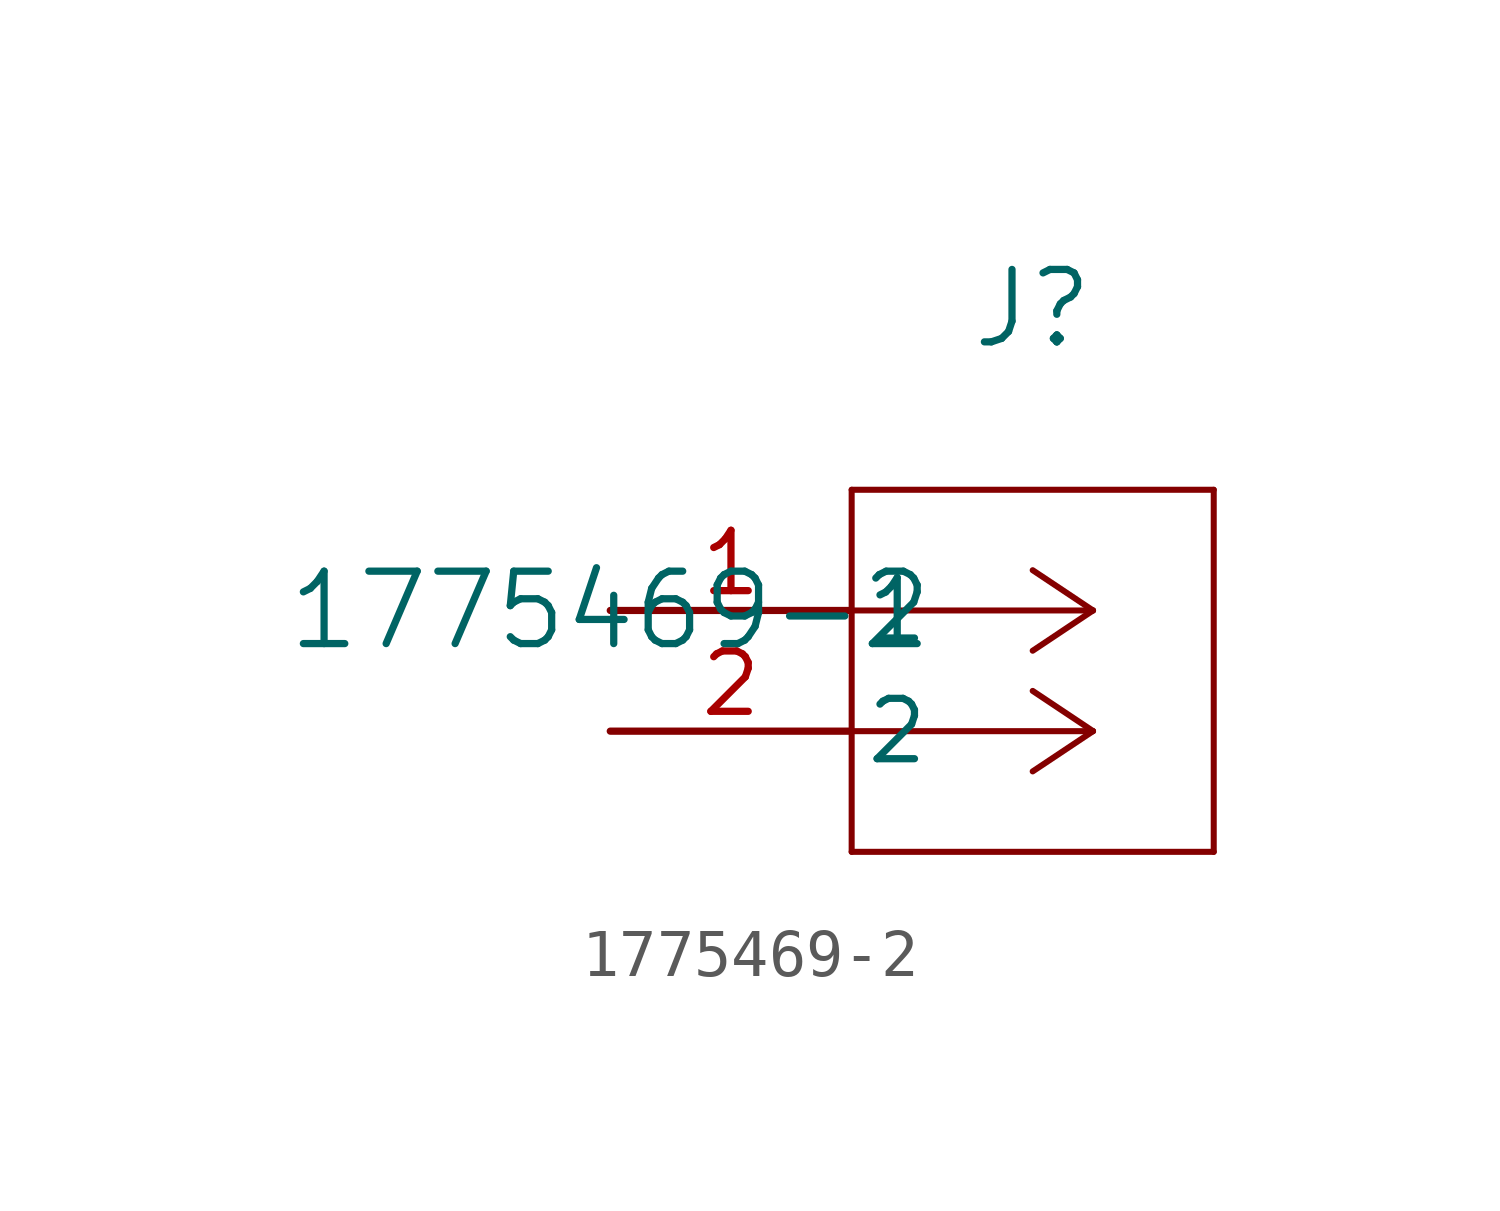
<source format=kicad_sym>
(kicad_symbol_lib
  (version 20211014)
  (generator kicad_symbol_editor)
  (symbol "1775469-2"
    (pin_names
      (offset 0.254))
    (property "Reference" "J"
      (at 8.89 6.35 0)
      (effects (font (size 1.524 1.524))))
    (property "Value" "1775469-2"
      (at 0 0 0)
      (effects (font (size 1.524 1.524))))
    (symbol "1775469-2_0_1"
      (polyline (pts (xy 10.16 0) (xy 5.08 0)) (stroke (width 0.127) (type default) (color 0 0 0 0)) (fill (type none)))
      (polyline (pts (xy 10.16 -2.54) (xy 5.08 -2.54)) (stroke (width 0.127) (type default) (color 0 0 0 0)) (fill (type none)))
      (polyline (pts (xy 10.16 0) (xy 8.89 0.847)) (stroke (width 0.127) (type default) (color 0 0 0 0)) (fill (type none)))
      (polyline (pts (xy 10.16 -2.54) (xy 8.89 -1.693)) (stroke (width 0.127) (type default) (color 0 0 0 0)) (fill (type none)))
      (polyline (pts (xy 10.16 0) (xy 8.89 -0.847)) (stroke (width 0.127) (type default) (color 0 0 0 0)) (fill (type none)))
      (polyline (pts (xy 10.16 -2.54) (xy 8.89 -3.387)) (stroke (width 0.127) (type default) (color 0 0 0 0)) (fill (type none)))
      (polyline (pts (xy 5.08 2.54) (xy 5.08 -5.08)) (stroke (width 0.127) (type default) (color 0 0 0 0)) (fill (type none)))
      (polyline (pts (xy 5.08 -5.08) (xy 12.7 -5.08)) (stroke (width 0.127) (type default) (color 0 0 0 0)) (fill (type none)))
      (polyline (pts (xy 12.7 -5.08) (xy 12.7 2.54)) (stroke (width 0.127) (type default) (color 0 0 0 0)) (fill (type none)))
      (polyline (pts (xy 12.7 2.54) (xy 5.08 2.54)) (stroke (width 0.127) (type default) (color 0 0 0 0)) (fill (type none)))
      (pin unspecified line (at 0 0 0) (length 5.08) (name "1" (effects (font (size 1.27 1.27)))) (number "1" (effects (font (size 1.27 1.27)))))
      (pin unspecified line (at 0 -2.54 0) (length 5.08) (name "2" (effects (font (size 1.27 1.27)))) (number "2" (effects (font (size 1.27 1.27))))))))
</source>
